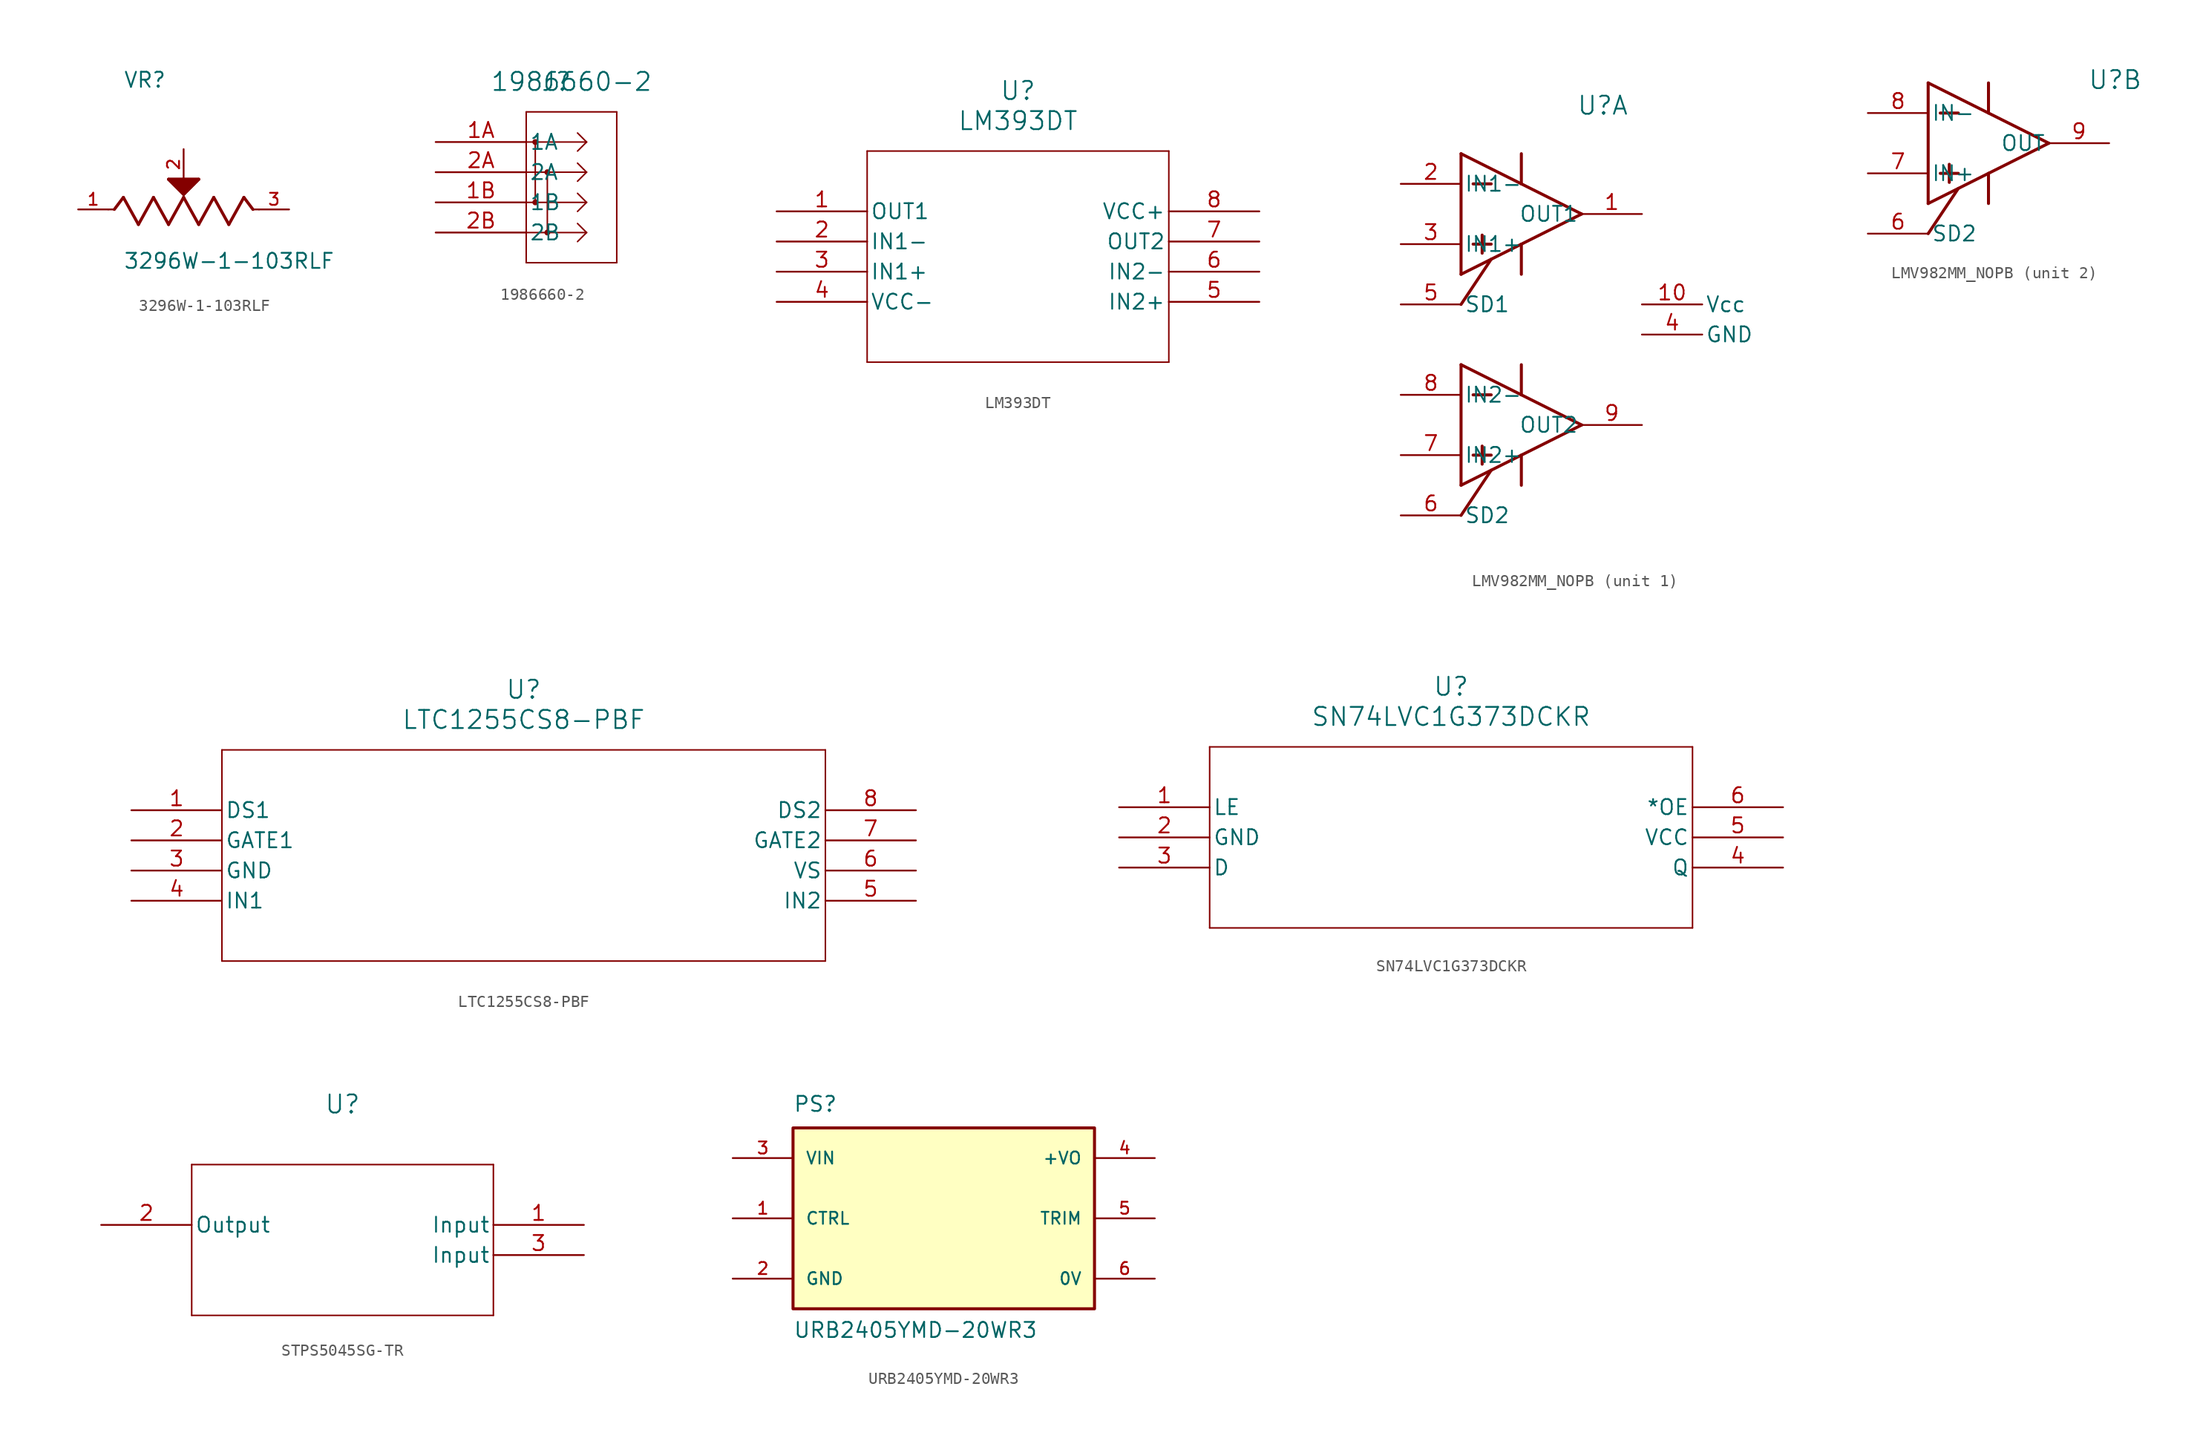
<source format=kicad_sym>
(kicad_symbol_lib
  (version 20231120)
  (generator "kicad_symbol_editor")
  (generator_version "8.0")
  (symbol "3296W-1-103RLF"
    (pin_names
      (offset 1.016))
    (property "Reference" "VR"
      (at -5.087 10.174 0)
      (effects (font (size 1.27 1.27)) (justify left bottom)))
    (property "Value" "3296W-1-103RLF"
      (at -5.093 -5.093 0)
      (effects (font (size 1.27 1.27)) (justify left bottom)))
    (symbol "3296W-1-103RLF_0_0"
      (polyline (pts (xy -6.35 0) (xy -5.842 0)) (stroke (width 0.152) (type default)) (fill (type none)))
      (polyline (pts (xy -5.842 0) (xy -5.08 1.016)) (stroke (width 0.254) (type default)) (fill (type none)))
      (polyline (pts (xy -5.08 1.016) (xy -3.81 -1.27)) (stroke (width 0.254) (type default)) (fill (type none)))
      (polyline (pts (xy -3.81 -1.27) (xy -2.54 1.016)) (stroke (width 0.254) (type default)) (fill (type none)))
      (polyline (pts (xy -2.54 1.016) (xy -1.27 -1.27)) (stroke (width 0.254) (type default)) (fill (type none)))
      (polyline (pts (xy -1.27 -1.27) (xy 0 1.016)) (stroke (width 0.254) (type default)) (fill (type none)))
      (polyline (pts (xy -1.27 2.54) (xy 1.27 2.54)) (stroke (width 0.254) (type default)) (fill (type none)))
      (polyline (pts (xy 0 1.016) (xy 1.27 -1.27)) (stroke (width 0.254) (type default)) (fill (type none)))
      (polyline (pts (xy 0 1.27) (xy -1.27 2.54)) (stroke (width 0.254) (type default)) (fill (type none)))
      (polyline (pts (xy 1.27 -1.27) (xy 2.54 1.016)) (stroke (width 0.254) (type default)) (fill (type none)))
      (polyline (pts (xy 1.27 2.54) (xy 0 1.27)) (stroke (width 0.254) (type default)) (fill (type none)))
      (polyline (pts (xy 2.54 1.016) (xy 3.81 -1.27)) (stroke (width 0.254) (type default)) (fill (type none)))
      (polyline (pts (xy 3.81 -1.27) (xy 5.08 1.016)) (stroke (width 0.254) (type default)) (fill (type none)))
      (polyline (pts (xy 5.842 0) (xy 5.08 1.016)) (stroke (width 0.254) (type default)) (fill (type none)))
      (polyline (pts (xy 5.842 0) (xy 6.35 0)) (stroke (width 0.152) (type default)) (fill (type none)))
      (polyline (pts (xy -1.27 2.54) (xy 1.27 2.54) (xy 0 1.27) (xy -1.27 2.54)) (stroke (width 0.254) (type default)) (fill (type outline)))
      (pin passive line (at -8.89 0 0) (length 2.54) (name "~" (effects (font (size 1.016 1.016)))) (number "1" (effects (font (size 1.016 1.016)))))
      (pin passive line (at 0 5.08 270) (length 2.54) (name "~" (effects (font (size 1.016 1.016)))) (number "2" (effects (font (size 1.016 1.016)))))
      (pin passive line (at 8.89 0 180) (length 2.54) (name "~" (effects (font (size 1.016 1.016)))) (number "3" (effects (font (size 1.016 1.016)))))))
  (symbol "1986660-2"
    (pin_names
      (offset 0.254))
    (property "Reference" "J"
      (at 10.16 5.08 0)
      (effects (font (size 1.524 1.524))))
    (property "Value" "1986660-2"
      (at 11.43 5.08 0)
      (effects (font (size 1.524 1.524))))
    (property "ki_locked" ""
      (at 0 0 0)
      (effects (font (size 1.27 1.27))))
    (symbol "1986660-2_1_1"
      (polyline (pts (xy 7.62 -10.16) (xy 15.24 -10.16)) (stroke (width 0.127) (type default)) (fill (type none)))
      (polyline (pts (xy 7.62 -7.62) (xy 12.7 -7.62)) (stroke (width 0.127) (type default)) (fill (type none)))
      (polyline (pts (xy 7.62 -5.08) (xy 12.7 -5.08)) (stroke (width 0.127) (type default)) (fill (type none)))
      (polyline (pts (xy 7.62 -2.54) (xy 12.7 -2.54)) (stroke (width 0.127) (type default)) (fill (type none)))
      (polyline (pts (xy 7.62 0) (xy 12.7 0)) (stroke (width 0.127) (type default)) (fill (type none)))
      (polyline (pts (xy 7.62 2.54) (xy 7.62 -10.16)) (stroke (width 0.127) (type default)) (fill (type none)))
      (polyline (pts (xy 8.382 0) (xy 8.382 -5.08)) (stroke (width 0.127) (type default)) (fill (type none)))
      (polyline (pts (xy 9.398 -2.54) (xy 9.398 -7.62)) (stroke (width 0.127) (type default)) (fill (type none)))
      (polyline (pts (xy 12.7 -7.62) (xy 11.938 -8.382)) (stroke (width 0.127) (type default)) (fill (type none)))
      (polyline (pts (xy 12.7 -7.62) (xy 11.938 -6.858)) (stroke (width 0.127) (type default)) (fill (type none)))
      (polyline (pts (xy 12.7 -5.08) (xy 11.938 -5.842)) (stroke (width 0.127) (type default)) (fill (type none)))
      (polyline (pts (xy 12.7 -5.08) (xy 11.938 -4.318)) (stroke (width 0.127) (type default)) (fill (type none)))
      (polyline (pts (xy 12.7 -2.54) (xy 11.938 -3.302)) (stroke (width 0.127) (type default)) (fill (type none)))
      (polyline (pts (xy 12.7 -2.54) (xy 11.938 -1.778)) (stroke (width 0.127) (type default)) (fill (type none)))
      (polyline (pts (xy 12.7 0) (xy 11.938 -0.762)) (stroke (width 0.127) (type default)) (fill (type none)))
      (polyline (pts (xy 12.7 0) (xy 11.938 0.762)) (stroke (width 0.127) (type default)) (fill (type none)))
      (polyline (pts (xy 15.24 -10.16) (xy 15.24 2.54)) (stroke (width 0.127) (type default)) (fill (type none)))
      (polyline (pts (xy 15.24 2.54) (xy 7.62 2.54)) (stroke (width 0.127) (type default)) (fill (type none)))
      (circle (center 8.382 -5.08) (radius 0.127) (stroke (width 0.24) (type default)) (fill (type none)))
      (circle (center 8.382 0) (radius 0.127) (stroke (width 0.24) (type default)) (fill (type none)))
      (circle (center 9.398 -7.62) (radius 0.127) (stroke (width 0.24) (type default)) (fill (type none)))
      (circle (center 9.398 -2.54) (radius 0.127) (stroke (width 0.24) (type default)) (fill (type none)))
      (pin unspecified line (at 0 0 0) (length 7.62) (name "1A" (effects (font (size 1.27 1.27)))) (number "1A" (effects (font (size 1.27 1.27)))))
      (pin unspecified line (at 0 -5.08 0) (length 7.62) (name "1B" (effects (font (size 1.27 1.27)))) (number "1B" (effects (font (size 1.27 1.27)))))
      (pin unspecified line (at 0 -2.54 0) (length 7.62) (name "2A" (effects (font (size 1.27 1.27)))) (number "2A" (effects (font (size 1.27 1.27)))))
      (pin unspecified line (at 0 -7.62 0) (length 7.62) (name "2B" (effects (font (size 1.27 1.27)))) (number "2B" (effects (font (size 1.27 1.27)))))))
  (symbol "LM393DT"
    (pin_names
      (offset 0.254))
    (property "Reference" "U"
      (at 20.32 10.16 0)
      (effects (font (size 1.524 1.524))))
    (property "Value" "LM393DT"
      (at 20.32 7.62 0)
      (effects (font (size 1.524 1.524))))
    (property "ki_locked" ""
      (at 0 0 0)
      (effects (font (size 1.27 1.27))))
    (symbol "LM393DT_1_1"
      (polyline (pts (xy 7.62 -12.7) (xy 33.02 -12.7)) (stroke (width 0.127) (type default)) (fill (type none)))
      (polyline (pts (xy 7.62 5.08) (xy 7.62 -12.7)) (stroke (width 0.127) (type default)) (fill (type none)))
      (polyline (pts (xy 33.02 -12.7) (xy 33.02 5.08)) (stroke (width 0.127) (type default)) (fill (type none)))
      (polyline (pts (xy 33.02 5.08) (xy 7.62 5.08)) (stroke (width 0.127) (type default)) (fill (type none)))
      (pin output line (at 0 0 0) (length 7.62) (name "OUT1" (effects (font (size 1.27 1.27)))) (number "1" (effects (font (size 1.27 1.27)))))
      (pin input line (at 0 -2.54 0) (length 7.62) (name "IN1-" (effects (font (size 1.27 1.27)))) (number "2" (effects (font (size 1.27 1.27)))))
      (pin input line (at 0 -5.08 0) (length 7.62) (name "IN1+" (effects (font (size 1.27 1.27)))) (number "3" (effects (font (size 1.27 1.27)))))
      (pin power_in line (at 0 -7.62 0) (length 7.62) (name "VCC-" (effects (font (size 1.27 1.27)))) (number "4" (effects (font (size 1.27 1.27)))))
      (pin input line (at 40.64 -7.62 180) (length 7.62) (name "IN2+" (effects (font (size 1.27 1.27)))) (number "5" (effects (font (size 1.27 1.27)))))
      (pin input line (at 40.64 -5.08 180) (length 7.62) (name "IN2-" (effects (font (size 1.27 1.27)))) (number "6" (effects (font (size 1.27 1.27)))))
      (pin output line (at 40.64 -2.54 180) (length 7.62) (name "OUT2" (effects (font (size 1.27 1.27)))) (number "7" (effects (font (size 1.27 1.27)))))
      (pin power_in line (at 40.64 0 180) (length 7.62) (name "VCC+" (effects (font (size 1.27 1.27)))) (number "8" (effects (font (size 1.27 1.27)))))))
  (symbol "LMV982MM_NOPB"
    (pin_names
      (offset 0.254))
    (property "Reference" "U"
      (at 15.748 0.254 0)
      (effects (font (size 1.524 1.524))))
    (property "ki_locked" ""
      (at 0 0 0)
      (effects (font (size 1.27 1.27))))
    (symbol "LMV982MM_NOPB_1_1"
      (polyline (pts (xy 3.81 -31.75) (xy 13.97 -26.67)) (stroke (width 0.254) (type default)) (fill (type none)))
      (polyline (pts (xy 3.81 -21.59) (xy 3.81 -31.75)) (stroke (width 0.254) (type default)) (fill (type none)))
      (polyline (pts (xy 3.81 -21.59) (xy 13.97 -26.67)) (stroke (width 0.254) (type default)) (fill (type none)))
      (polyline (pts (xy 3.81 -13.97) (xy 13.97 -8.89)) (stroke (width 0.254) (type default)) (fill (type none)))
      (polyline (pts (xy 3.81 -3.81) (xy 3.81 -13.97)) (stroke (width 0.254) (type default)) (fill (type none)))
      (polyline (pts (xy 3.81 -3.81) (xy 13.97 -8.89)) (stroke (width 0.254) (type default)) (fill (type none)))
      (polyline (pts (xy 4.826 -29.21) (xy 6.35 -29.21)) (stroke (width 0.254) (type default)) (fill (type none)))
      (polyline (pts (xy 4.826 -24.13) (xy 6.35 -24.13)) (stroke (width 0.254) (type default)) (fill (type none)))
      (polyline (pts (xy 4.826 -11.43) (xy 6.35 -11.43)) (stroke (width 0.254) (type default)) (fill (type none)))
      (polyline (pts (xy 4.826 -6.35) (xy 6.35 -6.35)) (stroke (width 0.254) (type default)) (fill (type none)))
      (polyline (pts (xy 5.588 -28.448) (xy 5.588 -29.972)) (stroke (width 0.254) (type default)) (fill (type none)))
      (polyline (pts (xy 5.588 -10.668) (xy 5.588 -12.192)) (stroke (width 0.254) (type default)) (fill (type none)))
      (polyline (pts (xy 6.35 -30.48) (xy 3.81 -34.29)) (stroke (width 0.254) (type default)) (fill (type none)))
      (polyline (pts (xy 6.35 -12.7) (xy 3.81 -16.51)) (stroke (width 0.254) (type default)) (fill (type none)))
      (polyline (pts (xy 8.89 -29.21) (xy 8.89 -31.75)) (stroke (width 0.254) (type default)) (fill (type none)))
      (polyline (pts (xy 8.89 -21.59) (xy 8.89 -24.13)) (stroke (width 0.254) (type default)) (fill (type none)))
      (polyline (pts (xy 8.89 -11.43) (xy 8.89 -13.97)) (stroke (width 0.254) (type default)) (fill (type none)))
      (polyline (pts (xy 8.89 -3.81) (xy 8.89 -6.35)) (stroke (width 0.254) (type default)) (fill (type none)))
      (pin output line (at 19.05 -8.89 180) (length 5.08) (name "OUT1" (effects (font (size 1.27 1.27)))) (number "1" (effects (font (size 1.27 1.27)))))
      (pin power_in line (at 19.05 -16.51 0) (length 5.08) (name "Vcc" (effects (font (size 1.27 1.27)))) (number "10" (effects (font (size 1.27 1.27)))))
      (pin input line (at -1.27 -6.35 0) (length 5.08) (name "IN1-" (effects (font (size 1.27 1.27)))) (number "2" (effects (font (size 1.27 1.27)))))
      (pin input line (at -1.27 -11.43 0) (length 5.08) (name "IN1+" (effects (font (size 1.27 1.27)))) (number "3" (effects (font (size 1.27 1.27)))))
      (pin power_out line (at 19.05 -19.05 0) (length 5.08) (name "GND" (effects (font (size 1.27 1.27)))) (number "4" (effects (font (size 1.27 1.27)))))
      (pin input line (at -1.27 -16.51 0) (length 5.08) (name "SD1" (effects (font (size 1.27 1.27)))) (number "5" (effects (font (size 1.27 1.27)))))
      (pin input line (at -1.27 -34.29 0) (length 5.08) (name "SD2" (effects (font (size 1.27 1.27)))) (number "6" (effects (font (size 1.27 1.27)))))
      (pin input line (at -1.27 -29.21 0) (length 5.08) (name "IN2+" (effects (font (size 1.27 1.27)))) (number "7" (effects (font (size 1.27 1.27)))))
      (pin input line (at -1.27 -24.13 0) (length 5.08) (name "IN2-" (effects (font (size 1.27 1.27)))) (number "8" (effects (font (size 1.27 1.27)))))
      (pin output line (at 19.05 -26.67 180) (length 5.08) (name "OUT2" (effects (font (size 1.27 1.27)))) (number "9" (effects (font (size 1.27 1.27))))))
    (symbol "LMV982MM_NOPB_2_1"
      (polyline (pts (xy 0 -10.16) (xy 10.16 -5.08)) (stroke (width 0.254) (type default)) (fill (type none)))
      (polyline (pts (xy 0 0) (xy 0 -10.16)) (stroke (width 0.254) (type default)) (fill (type none)))
      (polyline (pts (xy 0 0) (xy 10.16 -5.08)) (stroke (width 0.254) (type default)) (fill (type none)))
      (polyline (pts (xy 1.016 -7.62) (xy 2.54 -7.62)) (stroke (width 0.254) (type default)) (fill (type none)))
      (polyline (pts (xy 1.016 -2.54) (xy 2.54 -2.54)) (stroke (width 0.254) (type default)) (fill (type none)))
      (polyline (pts (xy 1.778 -6.858) (xy 1.778 -8.382)) (stroke (width 0.254) (type default)) (fill (type none)))
      (polyline (pts (xy 2.54 -8.89) (xy 0 -12.7)) (stroke (width 0.254) (type default)) (fill (type none)))
      (polyline (pts (xy 5.08 -7.62) (xy 5.08 -10.16)) (stroke (width 0.254) (type default)) (fill (type none)))
      (polyline (pts (xy 5.08 0) (xy 5.08 -2.54)) (stroke (width 0.254) (type default)) (fill (type none)))
      (pin input line (at -5.08 -12.7 0) (length 5.08) (name "SD2" (effects (font (size 1.27 1.27)))) (number "6" (effects (font (size 1.27 1.27)))))
      (pin input line (at -5.08 -7.62 0) (length 5.08) (name "IN+" (effects (font (size 1.27 1.27)))) (number "7" (effects (font (size 1.27 1.27)))))
      (pin input line (at -5.08 -2.54 0) (length 5.08) (name "IN-" (effects (font (size 1.27 1.27)))) (number "8" (effects (font (size 1.27 1.27)))))
      (pin output line (at 15.24 -5.08 180) (length 5.08) (name "OUT" (effects (font (size 1.27 1.27)))) (number "9" (effects (font (size 1.27 1.27)))))))
  (symbol "LTC1255CS8-PBF"
    (pin_names
      (offset 0.254))
    (property "Reference" "U"
      (at 33.02 10.16 0)
      (effects (font (size 1.524 1.524))))
    (property "Value" "LTC1255CS8-PBF"
      (at 33.02 7.62 0)
      (effects (font (size 1.524 1.524))))
    (property "ki_locked" ""
      (at 0 0 0)
      (effects (font (size 1.27 1.27))))
    (symbol "LTC1255CS8-PBF_1_1"
      (polyline (pts (xy 7.62 -12.7) (xy 58.42 -12.7)) (stroke (width 0.127) (type default)) (fill (type none)))
      (polyline (pts (xy 7.62 5.08) (xy 7.62 -12.7)) (stroke (width 0.127) (type default)) (fill (type none)))
      (polyline (pts (xy 58.42 -12.7) (xy 58.42 5.08)) (stroke (width 0.127) (type default)) (fill (type none)))
      (polyline (pts (xy 58.42 5.08) (xy 7.62 5.08)) (stroke (width 0.127) (type default)) (fill (type none)))
      (pin unspecified line (at 0 0 0) (length 7.62) (name "DS1" (effects (font (size 1.27 1.27)))) (number "1" (effects (font (size 1.27 1.27)))))
      (pin unspecified line (at 0 -2.54 0) (length 7.62) (name "GATE1" (effects (font (size 1.27 1.27)))) (number "2" (effects (font (size 1.27 1.27)))))
      (pin power_in line (at 0 -5.08 0) (length 7.62) (name "GND" (effects (font (size 1.27 1.27)))) (number "3" (effects (font (size 1.27 1.27)))))
      (pin input line (at 0 -7.62 0) (length 7.62) (name "IN1" (effects (font (size 1.27 1.27)))) (number "4" (effects (font (size 1.27 1.27)))))
      (pin input line (at 66.04 -7.62 180) (length 7.62) (name "IN2" (effects (font (size 1.27 1.27)))) (number "5" (effects (font (size 1.27 1.27)))))
      (pin power_in line (at 66.04 -5.08 180) (length 7.62) (name "VS" (effects (font (size 1.27 1.27)))) (number "6" (effects (font (size 1.27 1.27)))))
      (pin unspecified line (at 66.04 -2.54 180) (length 7.62) (name "GATE2" (effects (font (size 1.27 1.27)))) (number "7" (effects (font (size 1.27 1.27)))))
      (pin unspecified line (at 66.04 0 180) (length 7.62) (name "DS2" (effects (font (size 1.27 1.27)))) (number "8" (effects (font (size 1.27 1.27)))))))
  (symbol "SN74LVC1G373DCKR"
    (pin_names
      (offset 0.254))
    (property "Reference" "U"
      (at 27.94 10.16 0)
      (effects (font (size 1.524 1.524))))
    (property "Value" "SN74LVC1G373DCKR"
      (at 27.94 7.62 0)
      (effects (font (size 1.524 1.524))))
    (property "ki_locked" ""
      (at 0 0 0)
      (effects (font (size 1.27 1.27))))
    (symbol "SN74LVC1G373DCKR_1_1"
      (polyline (pts (xy 7.62 -10.16) (xy 48.26 -10.16)) (stroke (width 0.127) (type default)) (fill (type none)))
      (polyline (pts (xy 7.62 5.08) (xy 7.62 -10.16)) (stroke (width 0.127) (type default)) (fill (type none)))
      (polyline (pts (xy 48.26 -10.16) (xy 48.26 5.08)) (stroke (width 0.127) (type default)) (fill (type none)))
      (polyline (pts (xy 48.26 5.08) (xy 7.62 5.08)) (stroke (width 0.127) (type default)) (fill (type none)))
      (pin input line (at 0 0 0) (length 7.62) (name "LE" (effects (font (size 1.27 1.27)))) (number "1" (effects (font (size 1.27 1.27)))))
      (pin power_in line (at 0 -2.54 0) (length 7.62) (name "GND" (effects (font (size 1.27 1.27)))) (number "2" (effects (font (size 1.27 1.27)))))
      (pin input line (at 0 -5.08 0) (length 7.62) (name "D" (effects (font (size 1.27 1.27)))) (number "3" (effects (font (size 1.27 1.27)))))
      (pin output line (at 55.88 -5.08 180) (length 7.62) (name "Q" (effects (font (size 1.27 1.27)))) (number "4" (effects (font (size 1.27 1.27)))))
      (pin power_in line (at 55.88 -2.54 180) (length 7.62) (name "VCC" (effects (font (size 1.27 1.27)))) (number "5" (effects (font (size 1.27 1.27)))))
      (pin input line (at 55.88 0 180) (length 7.62) (name "*OE" (effects (font (size 1.27 1.27)))) (number "6" (effects (font (size 1.27 1.27)))))))
  (symbol "STPS5045SG-TR"
    (pin_names
      (offset 0.254))
    (property "Reference" "U"
      (at 20.32 10.16 0)
      (effects (font (size 1.524 1.524))))
    (symbol "STPS5045SG-TR_0_1"
      (polyline (pts (xy 7.62 -7.62) (xy 33.02 -7.62)) (stroke (width 0.127) (type default)) (fill (type none)))
      (polyline (pts (xy 7.62 5.08) (xy 7.62 -7.62)) (stroke (width 0.127) (type default)) (fill (type none)))
      (polyline (pts (xy 33.02 -7.62) (xy 33.02 5.08)) (stroke (width 0.127) (type default)) (fill (type none)))
      (polyline (pts (xy 33.02 5.08) (xy 7.62 5.08)) (stroke (width 0.127) (type default)) (fill (type none))))
    (symbol "STPS5045SG-TR_1_1"
      (pin unspecified line (at 40.64 0 180) (length 7.62) (name "Input" (effects (font (size 1.27 1.27)))) (number "1" (effects (font (size 1.27 1.27)))))
      (pin unspecified line (at 0 0 0) (length 7.62) (name "Output" (effects (font (size 1.27 1.27)))) (number "2" (effects (font (size 1.27 1.27)))))
      (pin unspecified line (at 40.64 -2.54 180) (length 7.62) (name "Input" (effects (font (size 1.27 1.27)))) (number "3" (effects (font (size 1.27 1.27)))))))
  (symbol "URB2405YMD-20WR3"
    (pin_names
      (offset 1.016))
    (property "Reference" "PS"
      (at -12.7 8.89 0)
      (effects (font (size 1.27 1.27)) (justify left bottom)))
    (property "Value" "URB2405YMD-20WR3"
      (at -12.7 -10.16 0)
      (effects (font (size 1.27 1.27)) (justify left bottom)))
    (symbol "URB2405YMD-20WR3_0_0"
      (rectangle (start -12.7 -7.62) (end 12.7 7.62) (stroke (width 0.254) (type default)) (fill (type background)))
      (pin input line (at -17.78 0 0) (length 5.08) (name "CTRL" (effects (font (size 1.016 1.016)))) (number "1" (effects (font (size 1.016 1.016)))))
      (pin power_in line (at -17.78 -5.08 0) (length 5.08) (name "GND" (effects (font (size 1.016 1.016)))) (number "2" (effects (font (size 1.016 1.016)))))
      (pin input line (at -17.78 5.08 0) (length 5.08) (name "VIN" (effects (font (size 1.016 1.016)))) (number "3" (effects (font (size 1.016 1.016)))))
      (pin output line (at 17.78 5.08 180) (length 5.08) (name "+VO" (effects (font (size 1.016 1.016)))) (number "4" (effects (font (size 1.016 1.016)))))
      (pin passive line (at 17.78 0 180) (length 5.08) (name "TRIM" (effects (font (size 1.016 1.016)))) (number "5" (effects (font (size 1.016 1.016)))))
      (pin passive line (at 17.78 -5.08 180) (length 5.08) (name "0V" (effects (font (size 1.016 1.016)))) (number "6" (effects (font (size 1.016 1.016))))))))
</source>
